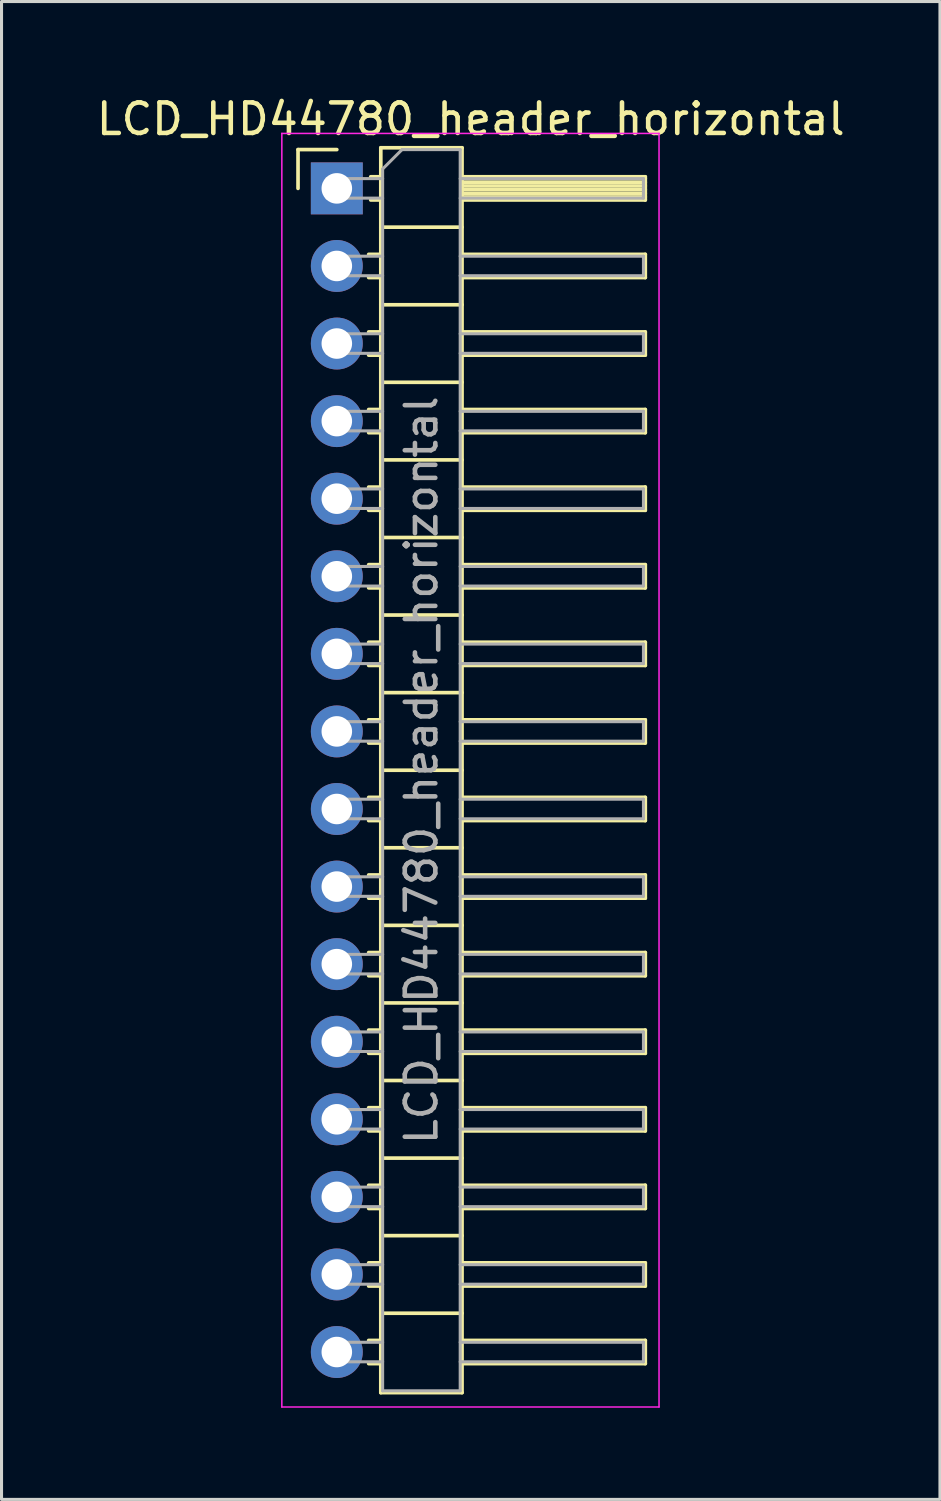
<source format=kicad_pcb>
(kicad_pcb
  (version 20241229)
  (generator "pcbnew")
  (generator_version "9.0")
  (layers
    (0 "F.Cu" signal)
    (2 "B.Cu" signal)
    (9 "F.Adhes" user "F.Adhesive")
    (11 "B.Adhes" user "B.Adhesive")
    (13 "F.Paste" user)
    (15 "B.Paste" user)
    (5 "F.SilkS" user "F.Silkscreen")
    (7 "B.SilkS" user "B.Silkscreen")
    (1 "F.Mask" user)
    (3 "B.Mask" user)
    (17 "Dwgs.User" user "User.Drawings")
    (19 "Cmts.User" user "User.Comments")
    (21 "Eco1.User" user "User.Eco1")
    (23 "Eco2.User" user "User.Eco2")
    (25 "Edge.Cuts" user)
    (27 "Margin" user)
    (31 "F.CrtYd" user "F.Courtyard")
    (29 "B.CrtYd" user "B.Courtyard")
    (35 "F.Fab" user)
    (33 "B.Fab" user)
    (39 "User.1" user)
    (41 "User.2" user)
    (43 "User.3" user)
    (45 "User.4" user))
  (footprint "LCD_HD44780_header_horizontal"
    (layer "F.Cu")
    (at 7.978 3.118)
    (property "Reference" "LCD_HD44780_header_horizontal" (at 4.385 -2.27 0) (layer "F.SilkS") (effects (font (size 1 1) (thickness 0.15))))
    (attr through_hole)
    (fp_line (start -1.27 -1.27) (end 0 -1.27) (stroke (width 0.12) (type solid)) (layer "F.SilkS"))
    (fp_line (start -1.27 0) (end -1.27 -1.27) (stroke (width 0.12) (type solid)) (layer "F.SilkS"))
    (fp_line (start 1.043 2.16) (end 1.44 2.16) (stroke (width 0.12) (type solid)) (layer "F.SilkS"))
    (fp_line (start 1.043 2.92) (end 1.44 2.92) (stroke (width 0.12) (type solid)) (layer "F.SilkS"))
    (fp_line (start 1.043 4.7) (end 1.44 4.7) (stroke (width 0.12) (type solid)) (layer "F.SilkS"))
    (fp_line (start 1.043 5.46) (end 1.44 5.46) (stroke (width 0.12) (type solid)) (layer "F.SilkS"))
    (fp_line (start 1.043 7.24) (end 1.44 7.24) (stroke (width 0.12) (type solid)) (layer "F.SilkS"))
    (fp_line (start 1.043 8) (end 1.44 8) (stroke (width 0.12) (type solid)) (layer "F.SilkS"))
    (fp_line (start 1.043 9.78) (end 1.44 9.78) (stroke (width 0.12) (type solid)) (layer "F.SilkS"))
    (fp_line (start 1.043 10.54) (end 1.44 10.54) (stroke (width 0.12) (type solid)) (layer "F.SilkS"))
    (fp_line (start 1.043 12.32) (end 1.44 12.32) (stroke (width 0.12) (type solid)) (layer "F.SilkS"))
    (fp_line (start 1.043 13.08) (end 1.44 13.08) (stroke (width 0.12) (type solid)) (layer "F.SilkS"))
    (fp_line (start 1.043 14.86) (end 1.44 14.86) (stroke (width 0.12) (type solid)) (layer "F.SilkS"))
    (fp_line (start 1.043 15.62) (end 1.44 15.62) (stroke (width 0.12) (type solid)) (layer "F.SilkS"))
    (fp_line (start 1.043 17.4) (end 1.44 17.4) (stroke (width 0.12) (type solid)) (layer "F.SilkS"))
    (fp_line (start 1.043 18.16) (end 1.44 18.16) (stroke (width 0.12) (type solid)) (layer "F.SilkS"))
    (fp_line (start 1.043 19.94) (end 1.44 19.94) (stroke (width 0.12) (type solid)) (layer "F.SilkS"))
    (fp_line (start 1.043 20.7) (end 1.44 20.7) (stroke (width 0.12) (type solid)) (layer "F.SilkS"))
    (fp_line (start 1.043 22.48) (end 1.44 22.48) (stroke (width 0.12) (type solid)) (layer "F.SilkS"))
    (fp_line (start 1.043 23.24) (end 1.44 23.24) (stroke (width 0.12) (type solid)) (layer "F.SilkS"))
    (fp_line (start 1.043 25.02) (end 1.44 25.02) (stroke (width 0.12) (type solid)) (layer "F.SilkS"))
    (fp_line (start 1.043 25.78) (end 1.44 25.78) (stroke (width 0.12) (type solid)) (layer "F.SilkS"))
    (fp_line (start 1.043 27.56) (end 1.44 27.56) (stroke (width 0.12) (type solid)) (layer "F.SilkS"))
    (fp_line (start 1.043 28.32) (end 1.44 28.32) (stroke (width 0.12) (type solid)) (layer "F.SilkS"))
    (fp_line (start 1.043 30.1) (end 1.44 30.1) (stroke (width 0.12) (type solid)) (layer "F.SilkS"))
    (fp_line (start 1.043 30.86) (end 1.44 30.86) (stroke (width 0.12) (type solid)) (layer "F.SilkS"))
    (fp_line (start 1.043 32.64) (end 1.44 32.64) (stroke (width 0.12) (type solid)) (layer "F.SilkS"))
    (fp_line (start 1.043 33.4) (end 1.44 33.4) (stroke (width 0.12) (type solid)) (layer "F.SilkS"))
    (fp_line (start 1.043 35.18) (end 1.44 35.18) (stroke (width 0.12) (type solid)) (layer "F.SilkS"))
    (fp_line (start 1.043 35.94) (end 1.44 35.94) (stroke (width 0.12) (type solid)) (layer "F.SilkS"))
    (fp_line (start 1.043 37.72) (end 1.44 37.72) (stroke (width 0.12) (type solid)) (layer "F.SilkS"))
    (fp_line (start 1.043 38.48) (end 1.44 38.48) (stroke (width 0.12) (type solid)) (layer "F.SilkS"))
    (fp_line (start 1.11 -0.38) (end 1.44 -0.38) (stroke (width 0.12) (type solid)) (layer "F.SilkS"))
    (fp_line (start 1.11 0.38) (end 1.44 0.38) (stroke (width 0.12) (type solid)) (layer "F.SilkS"))
    (fp_line (start 1.44 -1.33) (end 1.44 39.43) (stroke (width 0.12) (type solid)) (layer "F.SilkS"))
    (fp_line (start 1.44 1.27) (end 4.1 1.27) (stroke (width 0.12) (type solid)) (layer "F.SilkS"))
    (fp_line (start 1.44 3.81) (end 4.1 3.81) (stroke (width 0.12) (type solid)) (layer "F.SilkS"))
    (fp_line (start 1.44 6.35) (end 4.1 6.35) (stroke (width 0.12) (type solid)) (layer "F.SilkS"))
    (fp_line (start 1.44 8.89) (end 4.1 8.89) (stroke (width 0.12) (type solid)) (layer "F.SilkS"))
    (fp_line (start 1.44 11.43) (end 4.1 11.43) (stroke (width 0.12) (type solid)) (layer "F.SilkS"))
    (fp_line (start 1.44 13.97) (end 4.1 13.97) (stroke (width 0.12) (type solid)) (layer "F.SilkS"))
    (fp_line (start 1.44 16.51) (end 4.1 16.51) (stroke (width 0.12) (type solid)) (layer "F.SilkS"))
    (fp_line (start 1.44 19.05) (end 4.1 19.05) (stroke (width 0.12) (type solid)) (layer "F.SilkS"))
    (fp_line (start 1.44 21.59) (end 4.1 21.59) (stroke (width 0.12) (type solid)) (layer "F.SilkS"))
    (fp_line (start 1.44 24.13) (end 4.1 24.13) (stroke (width 0.12) (type solid)) (layer "F.SilkS"))
    (fp_line (start 1.44 26.67) (end 4.1 26.67) (stroke (width 0.12) (type solid)) (layer "F.SilkS"))
    (fp_line (start 1.44 29.21) (end 4.1 29.21) (stroke (width 0.12) (type solid)) (layer "F.SilkS"))
    (fp_line (start 1.44 31.75) (end 4.1 31.75) (stroke (width 0.12) (type solid)) (layer "F.SilkS"))
    (fp_line (start 1.44 34.29) (end 4.1 34.29) (stroke (width 0.12) (type solid)) (layer "F.SilkS"))
    (fp_line (start 1.44 36.83) (end 4.1 36.83) (stroke (width 0.12) (type solid)) (layer "F.SilkS"))
    (fp_line (start 1.44 39.43) (end 4.1 39.43) (stroke (width 0.12) (type solid)) (layer "F.SilkS"))
    (fp_line (start 4.1 -1.33) (end 1.44 -1.33) (stroke (width 0.12) (type solid)) (layer "F.SilkS"))
    (fp_line (start 4.1 -0.38) (end 10.1 -0.38) (stroke (width 0.12) (type solid)) (layer "F.SilkS"))
    (fp_line (start 4.1 -0.32) (end 10.1 -0.32) (stroke (width 0.12) (type solid)) (layer "F.SilkS"))
    (fp_line (start 4.1 -0.2) (end 10.1 -0.2) (stroke (width 0.12) (type solid)) (layer "F.SilkS"))
    (fp_line (start 4.1 -0.08) (end 10.1 -0.08) (stroke (width 0.12) (type solid)) (layer "F.SilkS"))
    (fp_line (start 4.1 0.04) (end 10.1 0.04) (stroke (width 0.12) (type solid)) (layer "F.SilkS"))
    (fp_line (start 4.1 0.16) (end 10.1 0.16) (stroke (width 0.12) (type solid)) (layer "F.SilkS"))
    (fp_line (start 4.1 0.28) (end 10.1 0.28) (stroke (width 0.12) (type solid)) (layer "F.SilkS"))
    (fp_line (start 4.1 2.16) (end 10.1 2.16) (stroke (width 0.12) (type solid)) (layer "F.SilkS"))
    (fp_line (start 4.1 4.7) (end 10.1 4.7) (stroke (width 0.12) (type solid)) (layer "F.SilkS"))
    (fp_line (start 4.1 7.24) (end 10.1 7.24) (stroke (width 0.12) (type solid)) (layer "F.SilkS"))
    (fp_line (start 4.1 9.78) (end 10.1 9.78) (stroke (width 0.12) (type solid)) (layer "F.SilkS"))
    (fp_line (start 4.1 12.32) (end 10.1 12.32) (stroke (width 0.12) (type solid)) (layer "F.SilkS"))
    (fp_line (start 4.1 14.86) (end 10.1 14.86) (stroke (width 0.12) (type solid)) (layer "F.SilkS"))
    (fp_line (start 4.1 17.4) (end 10.1 17.4) (stroke (width 0.12) (type solid)) (layer "F.SilkS"))
    (fp_line (start 4.1 19.94) (end 10.1 19.94) (stroke (width 0.12) (type solid)) (layer "F.SilkS"))
    (fp_line (start 4.1 22.48) (end 10.1 22.48) (stroke (width 0.12) (type solid)) (layer "F.SilkS"))
    (fp_line (start 4.1 25.02) (end 10.1 25.02) (stroke (width 0.12) (type solid)) (layer "F.SilkS"))
    (fp_line (start 4.1 27.56) (end 10.1 27.56) (stroke (width 0.12) (type solid)) (layer "F.SilkS"))
    (fp_line (start 4.1 30.1) (end 10.1 30.1) (stroke (width 0.12) (type solid)) (layer "F.SilkS"))
    (fp_line (start 4.1 32.64) (end 10.1 32.64) (stroke (width 0.12) (type solid)) (layer "F.SilkS"))
    (fp_line (start 4.1 35.18) (end 10.1 35.18) (stroke (width 0.12) (type solid)) (layer "F.SilkS"))
    (fp_line (start 4.1 37.72) (end 10.1 37.72) (stroke (width 0.12) (type solid)) (layer "F.SilkS"))
    (fp_line (start 4.1 39.43) (end 4.1 -1.33) (stroke (width 0.12) (type solid)) (layer "F.SilkS"))
    (fp_line (start 10.1 -0.38) (end 10.1 0.38) (stroke (width 0.12) (type solid)) (layer "F.SilkS"))
    (fp_line (start 10.1 0.38) (end 4.1 0.38) (stroke (width 0.12) (type solid)) (layer "F.SilkS"))
    (fp_line (start 10.1 2.16) (end 10.1 2.92) (stroke (width 0.12) (type solid)) (layer "F.SilkS"))
    (fp_line (start 10.1 2.92) (end 4.1 2.92) (stroke (width 0.12) (type solid)) (layer "F.SilkS"))
    (fp_line (start 10.1 4.7) (end 10.1 5.46) (stroke (width 0.12) (type solid)) (layer "F.SilkS"))
    (fp_line (start 10.1 5.46) (end 4.1 5.46) (stroke (width 0.12) (type solid)) (layer "F.SilkS"))
    (fp_line (start 10.1 7.24) (end 10.1 8) (stroke (width 0.12) (type solid)) (layer "F.SilkS"))
    (fp_line (start 10.1 8) (end 4.1 8) (stroke (width 0.12) (type solid)) (layer "F.SilkS"))
    (fp_line (start 10.1 9.78) (end 10.1 10.54) (stroke (width 0.12) (type solid)) (layer "F.SilkS"))
    (fp_line (start 10.1 10.54) (end 4.1 10.54) (stroke (width 0.12) (type solid)) (layer "F.SilkS"))
    (fp_line (start 10.1 12.32) (end 10.1 13.08) (stroke (width 0.12) (type solid)) (layer "F.SilkS"))
    (fp_line (start 10.1 13.08) (end 4.1 13.08) (stroke (width 0.12) (type solid)) (layer "F.SilkS"))
    (fp_line (start 10.1 14.86) (end 10.1 15.62) (stroke (width 0.12) (type solid)) (layer "F.SilkS"))
    (fp_line (start 10.1 15.62) (end 4.1 15.62) (stroke (width 0.12) (type solid)) (layer "F.SilkS"))
    (fp_line (start 10.1 17.4) (end 10.1 18.16) (stroke (width 0.12) (type solid)) (layer "F.SilkS"))
    (fp_line (start 10.1 18.16) (end 4.1 18.16) (stroke (width 0.12) (type solid)) (layer "F.SilkS"))
    (fp_line (start 10.1 19.94) (end 10.1 20.7) (stroke (width 0.12) (type solid)) (layer "F.SilkS"))
    (fp_line (start 10.1 20.7) (end 4.1 20.7) (stroke (width 0.12) (type solid)) (layer "F.SilkS"))
    (fp_line (start 10.1 22.48) (end 10.1 23.24) (stroke (width 0.12) (type solid)) (layer "F.SilkS"))
    (fp_line (start 10.1 23.24) (end 4.1 23.24) (stroke (width 0.12) (type solid)) (layer "F.SilkS"))
    (fp_line (start 10.1 25.02) (end 10.1 25.78) (stroke (width 0.12) (type solid)) (layer "F.SilkS"))
    (fp_line (start 10.1 25.78) (end 4.1 25.78) (stroke (width 0.12) (type solid)) (layer "F.SilkS"))
    (fp_line (start 10.1 27.56) (end 10.1 28.32) (stroke (width 0.12) (type solid)) (layer "F.SilkS"))
    (fp_line (start 10.1 28.32) (end 4.1 28.32) (stroke (width 0.12) (type solid)) (layer "F.SilkS"))
    (fp_line (start 10.1 30.1) (end 10.1 30.86) (stroke (width 0.12) (type solid)) (layer "F.SilkS"))
    (fp_line (start 10.1 30.86) (end 4.1 30.86) (stroke (width 0.12) (type solid)) (layer "F.SilkS"))
    (fp_line (start 10.1 32.64) (end 10.1 33.4) (stroke (width 0.12) (type solid)) (layer "F.SilkS"))
    (fp_line (start 10.1 33.4) (end 4.1 33.4) (stroke (width 0.12) (type solid)) (layer "F.SilkS"))
    (fp_line (start 10.1 35.18) (end 10.1 35.94) (stroke (width 0.12) (type solid)) (layer "F.SilkS"))
    (fp_line (start 10.1 35.94) (end 4.1 35.94) (stroke (width 0.12) (type solid)) (layer "F.SilkS"))
    (fp_line (start 10.1 37.72) (end 10.1 38.48) (stroke (width 0.12) (type solid)) (layer "F.SilkS"))
    (fp_line (start 10.1 38.48) (end 4.1 38.48) (stroke (width 0.12) (type solid)) (layer "F.SilkS"))
    (fp_line (start -1.8 -1.8) (end -1.8 39.9) (stroke (width 0.05) (type solid)) (layer "F.CrtYd"))
    (fp_line (start -1.8 39.9) (end 10.55 39.9) (stroke (width 0.05) (type solid)) (layer "F.CrtYd"))
    (fp_line (start 10.55 -1.8) (end -1.8 -1.8) (stroke (width 0.05) (type solid)) (layer "F.CrtYd"))
    (fp_line (start 10.55 39.9) (end 10.55 -1.8) (stroke (width 0.05) (type solid)) (layer "F.CrtYd"))
    (fp_line (start -0.32 -0.32) (end -0.32 0.32) (stroke (width 0.1) (type solid)) (layer "F.Fab"))
    (fp_line (start -0.32 -0.32) (end 1.5 -0.32) (stroke (width 0.1) (type solid)) (layer "F.Fab"))
    (fp_line (start -0.32 0.32) (end 1.5 0.32) (stroke (width 0.1) (type solid)) (layer "F.Fab"))
    (fp_line (start -0.32 2.22) (end -0.32 2.86) (stroke (width 0.1) (type solid)) (layer "F.Fab"))
    (fp_line (start -0.32 2.22) (end 1.5 2.22) (stroke (width 0.1) (type solid)) (layer "F.Fab"))
    (fp_line (start -0.32 2.86) (end 1.5 2.86) (stroke (width 0.1) (type solid)) (layer "F.Fab"))
    (fp_line (start -0.32 4.76) (end -0.32 5.4) (stroke (width 0.1) (type solid)) (layer "F.Fab"))
    (fp_line (start -0.32 4.76) (end 1.5 4.76) (stroke (width 0.1) (type solid)) (layer "F.Fab"))
    (fp_line (start -0.32 5.4) (end 1.5 5.4) (stroke (width 0.1) (type solid)) (layer "F.Fab"))
    (fp_line (start -0.32 7.3) (end -0.32 7.94) (stroke (width 0.1) (type solid)) (layer "F.Fab"))
    (fp_line (start -0.32 7.3) (end 1.5 7.3) (stroke (width 0.1) (type solid)) (layer "F.Fab"))
    (fp_line (start -0.32 7.94) (end 1.5 7.94) (stroke (width 0.1) (type solid)) (layer "F.Fab"))
    (fp_line (start -0.32 9.84) (end -0.32 10.48) (stroke (width 0.1) (type solid)) (layer "F.Fab"))
    (fp_line (start -0.32 9.84) (end 1.5 9.84) (stroke (width 0.1) (type solid)) (layer "F.Fab"))
    (fp_line (start -0.32 10.48) (end 1.5 10.48) (stroke (width 0.1) (type solid)) (layer "F.Fab"))
    (fp_line (start -0.32 12.38) (end -0.32 13.02) (stroke (width 0.1) (type solid)) (layer "F.Fab"))
    (fp_line (start -0.32 12.38) (end 1.5 12.38) (stroke (width 0.1) (type solid)) (layer "F.Fab"))
    (fp_line (start -0.32 13.02) (end 1.5 13.02) (stroke (width 0.1) (type solid)) (layer "F.Fab"))
    (fp_line (start -0.32 14.92) (end -0.32 15.56) (stroke (width 0.1) (type solid)) (layer "F.Fab"))
    (fp_line (start -0.32 14.92) (end 1.5 14.92) (stroke (width 0.1) (type solid)) (layer "F.Fab"))
    (fp_line (start -0.32 15.56) (end 1.5 15.56) (stroke (width 0.1) (type solid)) (layer "F.Fab"))
    (fp_line (start -0.32 17.46) (end -0.32 18.1) (stroke (width 0.1) (type solid)) (layer "F.Fab"))
    (fp_line (start -0.32 17.46) (end 1.5 17.46) (stroke (width 0.1) (type solid)) (layer "F.Fab"))
    (fp_line (start -0.32 18.1) (end 1.5 18.1) (stroke (width 0.1) (type solid)) (layer "F.Fab"))
    (fp_line (start -0.32 20) (end -0.32 20.64) (stroke (width 0.1) (type solid)) (layer "F.Fab"))
    (fp_line (start -0.32 20) (end 1.5 20) (stroke (width 0.1) (type solid)) (layer "F.Fab"))
    (fp_line (start -0.32 20.64) (end 1.5 20.64) (stroke (width 0.1) (type solid)) (layer "F.Fab"))
    (fp_line (start -0.32 22.54) (end -0.32 23.18) (stroke (width 0.1) (type solid)) (layer "F.Fab"))
    (fp_line (start -0.32 22.54) (end 1.5 22.54) (stroke (width 0.1) (type solid)) (layer "F.Fab"))
    (fp_line (start -0.32 23.18) (end 1.5 23.18) (stroke (width 0.1) (type solid)) (layer "F.Fab"))
    (fp_line (start -0.32 25.08) (end -0.32 25.72) (stroke (width 0.1) (type solid)) (layer "F.Fab"))
    (fp_line (start -0.32 25.08) (end 1.5 25.08) (stroke (width 0.1) (type solid)) (layer "F.Fab"))
    (fp_line (start -0.32 25.72) (end 1.5 25.72) (stroke (width 0.1) (type solid)) (layer "F.Fab"))
    (fp_line (start -0.32 27.62) (end -0.32 28.26) (stroke (width 0.1) (type solid)) (layer "F.Fab"))
    (fp_line (start -0.32 27.62) (end 1.5 27.62) (stroke (width 0.1) (type solid)) (layer "F.Fab"))
    (fp_line (start -0.32 28.26) (end 1.5 28.26) (stroke (width 0.1) (type solid)) (layer "F.Fab"))
    (fp_line (start -0.32 30.16) (end -0.32 30.8) (stroke (width 0.1) (type solid)) (layer "F.Fab"))
    (fp_line (start -0.32 30.16) (end 1.5 30.16) (stroke (width 0.1) (type solid)) (layer "F.Fab"))
    (fp_line (start -0.32 30.8) (end 1.5 30.8) (stroke (width 0.1) (type solid)) (layer "F.Fab"))
    (fp_line (start -0.32 32.7) (end -0.32 33.34) (stroke (width 0.1) (type solid)) (layer "F.Fab"))
    (fp_line (start -0.32 32.7) (end 1.5 32.7) (stroke (width 0.1) (type solid)) (layer "F.Fab"))
    (fp_line (start -0.32 33.34) (end 1.5 33.34) (stroke (width 0.1) (type solid)) (layer "F.Fab"))
    (fp_line (start -0.32 35.24) (end -0.32 35.88) (stroke (width 0.1) (type solid)) (layer "F.Fab"))
    (fp_line (start -0.32 35.24) (end 1.5 35.24) (stroke (width 0.1) (type solid)) (layer "F.Fab"))
    (fp_line (start -0.32 35.88) (end 1.5 35.88) (stroke (width 0.1) (type solid)) (layer "F.Fab"))
    (fp_line (start -0.32 37.78) (end -0.32 38.42) (stroke (width 0.1) (type solid)) (layer "F.Fab"))
    (fp_line (start -0.32 37.78) (end 1.5 37.78) (stroke (width 0.1) (type solid)) (layer "F.Fab"))
    (fp_line (start -0.32 38.42) (end 1.5 38.42) (stroke (width 0.1) (type solid)) (layer "F.Fab"))
    (fp_line (start 1.5 -0.635) (end 2.135 -1.27) (stroke (width 0.1) (type solid)) (layer "F.Fab"))
    (fp_line (start 1.5 39.37) (end 1.5 -0.635) (stroke (width 0.1) (type solid)) (layer "F.Fab"))
    (fp_line (start 2.135 -1.27) (end 4.04 -1.27) (stroke (width 0.1) (type solid)) (layer "F.Fab"))
    (fp_line (start 4.04 -1.27) (end 4.04 39.37) (stroke (width 0.1) (type solid)) (layer "F.Fab"))
    (fp_line (start 4.04 -0.32) (end 10.04 -0.32) (stroke (width 0.1) (type solid)) (layer "F.Fab"))
    (fp_line (start 4.04 0.32) (end 10.04 0.32) (stroke (width 0.1) (type solid)) (layer "F.Fab"))
    (fp_line (start 4.04 2.22) (end 10.04 2.22) (stroke (width 0.1) (type solid)) (layer "F.Fab"))
    (fp_line (start 4.04 2.86) (end 10.04 2.86) (stroke (width 0.1) (type solid)) (layer "F.Fab"))
    (fp_line (start 4.04 4.76) (end 10.04 4.76) (stroke (width 0.1) (type solid)) (layer "F.Fab"))
    (fp_line (start 4.04 5.4) (end 10.04 5.4) (stroke (width 0.1) (type solid)) (layer "F.Fab"))
    (fp_line (start 4.04 7.3) (end 10.04 7.3) (stroke (width 0.1) (type solid)) (layer "F.Fab"))
    (fp_line (start 4.04 7.94) (end 10.04 7.94) (stroke (width 0.1) (type solid)) (layer "F.Fab"))
    (fp_line (start 4.04 9.84) (end 10.04 9.84) (stroke (width 0.1) (type solid)) (layer "F.Fab"))
    (fp_line (start 4.04 10.48) (end 10.04 10.48) (stroke (width 0.1) (type solid)) (layer "F.Fab"))
    (fp_line (start 4.04 12.38) (end 10.04 12.38) (stroke (width 0.1) (type solid)) (layer "F.Fab"))
    (fp_line (start 4.04 13.02) (end 10.04 13.02) (stroke (width 0.1) (type solid)) (layer "F.Fab"))
    (fp_line (start 4.04 14.92) (end 10.04 14.92) (stroke (width 0.1) (type solid)) (layer "F.Fab"))
    (fp_line (start 4.04 15.56) (end 10.04 15.56) (stroke (width 0.1) (type solid)) (layer "F.Fab"))
    (fp_line (start 4.04 17.46) (end 10.04 17.46) (stroke (width 0.1) (type solid)) (layer "F.Fab"))
    (fp_line (start 4.04 18.1) (end 10.04 18.1) (stroke (width 0.1) (type solid)) (layer "F.Fab"))
    (fp_line (start 4.04 20) (end 10.04 20) (stroke (width 0.1) (type solid)) (layer "F.Fab"))
    (fp_line (start 4.04 20.64) (end 10.04 20.64) (stroke (width 0.1) (type solid)) (layer "F.Fab"))
    (fp_line (start 4.04 22.54) (end 10.04 22.54) (stroke (width 0.1) (type solid)) (layer "F.Fab"))
    (fp_line (start 4.04 23.18) (end 10.04 23.18) (stroke (width 0.1) (type solid)) (layer "F.Fab"))
    (fp_line (start 4.04 25.08) (end 10.04 25.08) (stroke (width 0.1) (type solid)) (layer "F.Fab"))
    (fp_line (start 4.04 25.72) (end 10.04 25.72) (stroke (width 0.1) (type solid)) (layer "F.Fab"))
    (fp_line (start 4.04 27.62) (end 10.04 27.62) (stroke (width 0.1) (type solid)) (layer "F.Fab"))
    (fp_line (start 4.04 28.26) (end 10.04 28.26) (stroke (width 0.1) (type solid)) (layer "F.Fab"))
    (fp_line (start 4.04 30.16) (end 10.04 30.16) (stroke (width 0.1) (type solid)) (layer "F.Fab"))
    (fp_line (start 4.04 30.8) (end 10.04 30.8) (stroke (width 0.1) (type solid)) (layer "F.Fab"))
    (fp_line (start 4.04 32.7) (end 10.04 32.7) (stroke (width 0.1) (type solid)) (layer "F.Fab"))
    (fp_line (start 4.04 33.34) (end 10.04 33.34) (stroke (width 0.1) (type solid)) (layer "F.Fab"))
    (fp_line (start 4.04 35.24) (end 10.04 35.24) (stroke (width 0.1) (type solid)) (layer "F.Fab"))
    (fp_line (start 4.04 35.88) (end 10.04 35.88) (stroke (width 0.1) (type solid)) (layer "F.Fab"))
    (fp_line (start 4.04 37.78) (end 10.04 37.78) (stroke (width 0.1) (type solid)) (layer "F.Fab"))
    (fp_line (start 4.04 38.42) (end 10.04 38.42) (stroke (width 0.1) (type solid)) (layer "F.Fab"))
    (fp_line (start 4.04 39.37) (end 1.5 39.37) (stroke (width 0.1) (type solid)) (layer "F.Fab"))
    (fp_line (start 10.04 -0.32) (end 10.04 0.32) (stroke (width 0.1) (type solid)) (layer "F.Fab"))
    (fp_line (start 10.04 2.22) (end 10.04 2.86) (stroke (width 0.1) (type solid)) (layer "F.Fab"))
    (fp_line (start 10.04 4.76) (end 10.04 5.4) (stroke (width 0.1) (type solid)) (layer "F.Fab"))
    (fp_line (start 10.04 7.3) (end 10.04 7.94) (stroke (width 0.1) (type solid)) (layer "F.Fab"))
    (fp_line (start 10.04 9.84) (end 10.04 10.48) (stroke (width 0.1) (type solid)) (layer "F.Fab"))
    (fp_line (start 10.04 12.38) (end 10.04 13.02) (stroke (width 0.1) (type solid)) (layer "F.Fab"))
    (fp_line (start 10.04 14.92) (end 10.04 15.56) (stroke (width 0.1) (type solid)) (layer "F.Fab"))
    (fp_line (start 10.04 17.46) (end 10.04 18.1) (stroke (width 0.1) (type solid)) (layer "F.Fab"))
    (fp_line (start 10.04 20) (end 10.04 20.64) (stroke (width 0.1) (type solid)) (layer "F.Fab"))
    (fp_line (start 10.04 22.54) (end 10.04 23.18) (stroke (width 0.1) (type solid)) (layer "F.Fab"))
    (fp_line (start 10.04 25.08) (end 10.04 25.72) (stroke (width 0.1) (type solid)) (layer "F.Fab"))
    (fp_line (start 10.04 27.62) (end 10.04 28.26) (stroke (width 0.1) (type solid)) (layer "F.Fab"))
    (fp_line (start 10.04 30.16) (end 10.04 30.8) (stroke (width 0.1) (type solid)) (layer "F.Fab"))
    (fp_line (start 10.04 32.7) (end 10.04 33.34) (stroke (width 0.1) (type solid)) (layer "F.Fab"))
    (fp_line (start 10.04 35.24) (end 10.04 35.88) (stroke (width 0.1) (type solid)) (layer "F.Fab"))
    (fp_line (start 10.04 37.78) (end 10.04 38.42) (stroke (width 0.1) (type solid)) (layer "F.Fab"))
    (fp_text user "${REFERENCE}" (at 2.77 19.05 90) (layer "F.Fab") (effects (font (size 1 1) (thickness 0.15))))
    (pad "1" thru_hole rect (at 0 0) (size 1.7 1.7) (drill 1) (layers "*.Cu" "*.Mask"))
    (pad "2" thru_hole oval (at 0 2.54) (size 1.7 1.7) (drill 1) (layers "*.Cu" "*.Mask"))
    (pad "3" thru_hole oval (at 0 5.08) (size 1.7 1.7) (drill 1) (layers "*.Cu" "*.Mask"))
    (pad "4" thru_hole oval (at 0 7.62) (size 1.7 1.7) (drill 1) (layers "*.Cu" "*.Mask"))
    (pad "5" thru_hole oval (at 0 10.16) (size 1.7 1.7) (drill 1) (layers "*.Cu" "*.Mask"))
    (pad "6" thru_hole oval (at 0 12.7) (size 1.7 1.7) (drill 1) (layers "*.Cu" "*.Mask"))
    (pad "7" thru_hole oval (at 0 15.24) (size 1.7 1.7) (drill 1) (layers "*.Cu" "*.Mask"))
    (pad "8" thru_hole oval (at 0 17.78) (size 1.7 1.7) (drill 1) (layers "*.Cu" "*.Mask"))
    (pad "9" thru_hole oval (at 0 20.32) (size 1.7 1.7) (drill 1) (layers "*.Cu" "*.Mask"))
    (pad "10" thru_hole oval (at 0 22.86) (size 1.7 1.7) (drill 1) (layers "*.Cu" "*.Mask"))
    (pad "11" thru_hole oval (at 0 25.4) (size 1.7 1.7) (drill 1) (layers "*.Cu" "*.Mask"))
    (pad "12" thru_hole oval (at 0 27.94) (size 1.7 1.7) (drill 1) (layers "*.Cu" "*.Mask"))
    (pad "13" thru_hole oval (at 0 30.48) (size 1.7 1.7) (drill 1) (layers "*.Cu" "*.Mask"))
    (pad "14" thru_hole oval (at 0 33.02) (size 1.7 1.7) (drill 1) (layers "*.Cu" "*.Mask"))
    (pad "15" thru_hole oval (at 0 35.56) (size 1.7 1.7) (drill 1) (layers "*.Cu" "*.Mask"))
    (pad "16" thru_hole oval (at 0 38.1) (size 1.7 1.7) (drill 1) (layers "*.Cu" "*.Mask")))
  (gr_rect
    (start -3 -3)
    (end 27.726 46.043)
    (stroke (width 0.1) (type default))
    (fill no)
    (layer "Edge.Cuts")))
</source>
